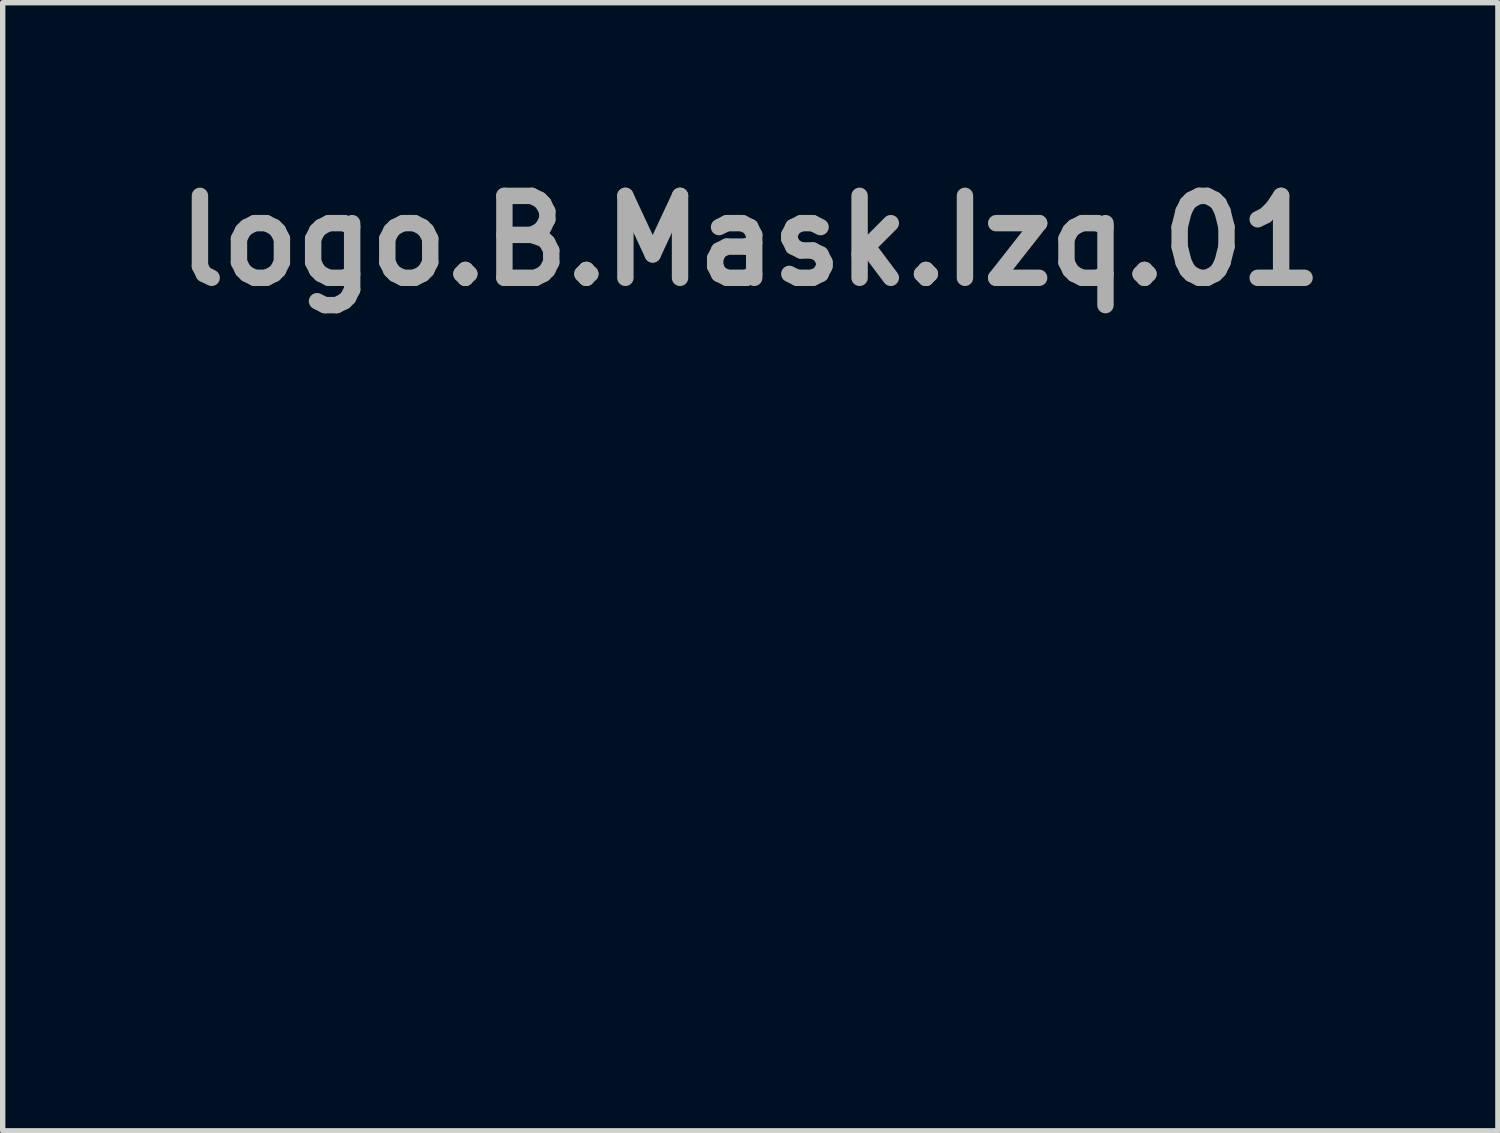
<source format=kicad_pcb>
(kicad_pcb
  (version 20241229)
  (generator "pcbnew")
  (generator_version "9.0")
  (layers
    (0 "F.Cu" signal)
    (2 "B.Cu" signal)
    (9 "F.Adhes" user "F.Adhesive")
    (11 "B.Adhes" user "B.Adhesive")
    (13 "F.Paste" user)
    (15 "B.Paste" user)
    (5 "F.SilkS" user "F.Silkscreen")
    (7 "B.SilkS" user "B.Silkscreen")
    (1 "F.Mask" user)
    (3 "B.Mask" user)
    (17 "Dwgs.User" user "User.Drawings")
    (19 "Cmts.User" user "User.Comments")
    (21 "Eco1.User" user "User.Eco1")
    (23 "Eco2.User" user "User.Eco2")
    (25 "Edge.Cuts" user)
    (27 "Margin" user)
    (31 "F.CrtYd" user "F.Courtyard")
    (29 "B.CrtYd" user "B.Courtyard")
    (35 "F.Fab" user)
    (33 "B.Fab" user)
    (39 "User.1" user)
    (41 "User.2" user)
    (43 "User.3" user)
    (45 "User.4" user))
  (footprint "logo.B.Mask.Izq.01"
    (layer "F.Cu")
    (at 10.9 9.691)
    (property "Reference" "logo.B.Mask.Izq.01" (at 0 -8.265 0) (layer "F.Fab") (effects (font (size 1.524 1.524) (thickness 0.305))))
    (attr smd)
    (fp_poly (pts (xy -1.989 5.085) (xy -2.061 5.07) (xy -2.132 5.055) (xy -2.203 5.038) (xy -2.274 5.021) (xy -2.344 5.003) (xy -2.414 4.984) (xy -2.483 4.964) (xy -2.552 4.943) (xy -2.621 4.922) (xy -2.689 4.899) (xy -2.756 4.876) (xy -2.823 4.852) (xy -2.89 4.827) (xy -2.956 4.801) (xy -3.021 4.775) (xy -3.086 4.748) (xy -3.151 4.72) (xy -3.215 4.691) (xy -3.279 4.661) (xy -3.342 4.631) (xy -3.404 4.6) (xy -3.466 4.568) (xy -3.528 4.535) (xy -3.589 4.502) (xy -3.649 4.468) (xy -3.709 4.433) (xy -3.768 4.398) (xy -3.827 4.362) (xy -3.885 4.325) (xy -3.943 4.287) (xy -4 4.249) (xy -4.057 4.21) (xy -4.113 4.171) (xy -4.168 4.13) (xy -4.223 4.089) (xy -4.277 4.048) (xy -4.331 4.006) (xy -4.384 3.963) (xy -4.436 3.92) (xy -4.488 3.876) (xy -4.539 3.831) (xy -4.59 3.786) (xy -4.64 3.74) (xy -4.689 3.694) (xy -4.738 3.647) (xy -4.786 3.6) (xy -4.833 3.552) (xy -4.88 3.503) (xy -4.926 3.454) (xy -4.972 3.404) (xy -5.017 3.354) (xy -5.061 3.303) (xy -5.104 3.252) (xy -5.147 3.201) (xy -5.189 3.148) (xy -5.231 3.096) (xy -5.271 3.043) (xy -5.311 2.989) (xy -5.351 2.935) (xy -5.389 2.88) (xy -5.427 2.825) (xy -5.465 2.77) (xy -5.501 2.714) (xy -5.537 2.658) (xy -5.572 2.601) (xy -5.606 2.544) (xy -5.64 2.486) (xy -5.673 2.428) (xy -5.705 2.37) (xy -5.736 2.311) (xy -5.767 2.252) (xy -5.797 2.193) (xy -5.826 2.133) (xy -5.854 2.073) (xy -5.882 2.013) (xy -5.909 1.952) (xy -5.935 1.891) (xy -5.96 1.829) (xy -5.984 1.767) (xy -6.008 1.705) (xy -6.031 1.643) (xy -6.053 1.58) (xy -6.074 1.517) (xy -6.094 1.454) (xy -6.114 1.391) (xy -6.133 1.327) (xy -6.15 1.263) (xy -6.167 1.199) (xy -6.184 1.134) (xy -6.199 1.07) (xy -6.214 1.005) (xy -6.227 0.94) (xy -6.24 0.874) (xy -6.252 0.809) (xy -6.263 0.743) (xy -6.273 0.677) (xy -6.283 0.611) (xy -6.291 0.545) (xy -6.298 0.478) (xy -6.305 0.412) (xy -6.311 0.345) (xy -6.316 0.278) (xy -6.32 0.211) (xy -6.323 0.144) (xy -6.325 0.077) (xy -6.326 0.01) (xy -6.326 -0.058) (xy -6.325 -0.125) (xy -6.324 -0.193) (xy -6.321 -0.26) (xy -6.318 -0.328) (xy -6.313 -0.396) (xy -6.308 -0.464) (xy -6.302 -0.532) (xy -6.294 -0.599) (xy -6.286 -0.667) (xy -6.277 -0.735) (xy -6.266 -0.803) (xy -6.255 -0.871) (xy -6.243 -0.939) (xy -6.23 -1.007) (xy -6.215 -1.075) (xy -6.2 -1.143) (xy -6.184 -1.211) (xy -6.167 -1.279) (xy -6.148 -1.347) (xy -6.129 -1.415) (xy -6.109 -1.482) (xy -6.092 -1.536) (xy -6.075 -1.59) (xy -6.057 -1.643) (xy -6.038 -1.696) (xy -6.02 -1.748) (xy -6 -1.8) (xy -5.981 -1.852) (xy -5.96 -1.904) (xy -5.94 -1.955) (xy -5.919 -2.006) (xy -5.897 -2.056) (xy -5.875 -2.106) (xy -5.852 -2.156) (xy -5.829 -2.206) (xy -5.806 -2.255) (xy -5.782 -2.304) (xy -5.758 -2.352) (xy -5.733 -2.4) (xy -5.708 -2.448) (xy -5.682 -2.495) (xy -5.656 -2.542) (xy -5.629 -2.589) (xy -5.602 -2.636) (xy -5.575 -2.682) (xy -5.547 -2.727) (xy -5.518 -2.772) (xy -5.49 -2.817) (xy -5.461 -2.862) (xy -5.431 -2.906) (xy -5.401 -2.95) (xy -5.371 -2.994) (xy -5.34 -3.037) (xy -5.308 -3.079) (xy -5.277 -3.122) (xy -5.245 -3.164) (xy -5.212 -3.205) (xy -5.179 -3.247) (xy -5.146 -3.288) (xy -5.112 -3.328) (xy -5.078 -3.368) (xy -5.044 -3.408) (xy -5.009 -3.447) (xy -4.973 -3.486) (xy -4.938 -3.525) (xy -4.902 -3.563) (xy -4.865 -3.601) (xy -4.828 -3.638) (xy -4.791 -3.675) (xy -4.754 -3.712) (xy -4.716 -3.748) (xy -4.677 -3.784) (xy -4.639 -3.819) (xy -4.599 -3.854) (xy -4.56 -3.889) (xy -4.52 -3.923) (xy -4.48 -3.957) (xy -4.44 -3.99) (xy -4.399 -4.023) (xy -4.357 -4.056) (xy -4.316 -4.088) (xy -4.274 -4.12) (xy -4.232 -4.151) (xy -4.189 -4.182) (xy -4.146 -4.212) (xy -4.103 -4.242) (xy -4.059 -4.272) (xy -4.015 -4.301) (xy -3.971 -4.33) (xy -3.926 -4.358) (xy -3.881 -4.386) (xy -3.836 -4.414) (xy -3.79 -4.441) (xy -3.744 -4.468) (xy -3.698 -4.494) (xy -3.651 -4.52) (xy -3.604 -4.545) (xy -3.557 -4.57) (xy -3.509 -4.594) (xy -3.461 -4.618) (xy -3.413 -4.642) (xy -3.365 -4.665) (xy -3.316 -4.687) (xy -3.267 -4.71) (xy -3.217 -4.731) (xy -3.168 -4.753) (xy -3.118 -4.774) (xy -3.068 -4.794) (xy -3.017 -4.814) (xy -2.966 -4.833) (xy -2.915 -4.852) (xy -2.864 -4.871) (xy -2.812 -4.889) (xy -2.76 -4.907) (xy -2.708 -4.924) (xy -2.655 -4.941) (xy -2.602 -4.957) (xy -2.549 -4.972) (xy -2.496 -4.988) (xy -2.443 -5.003) (xy -2.389 -5.017) (xy -2.335 -5.031) (xy -2.28 -5.044) (xy -2.226 -5.057) (xy -2.171 -5.069) (xy -2.116 -5.081) (xy -2.06 -5.093) (xy -2.005 -5.103) (xy -1.949 -5.114) (xy -1.893 -5.124) (xy -1.836 -5.133) (xy -1.78 -5.142) (xy -1.723 -5.151) (xy -1.666 -5.159) (xy -1.609 -5.166) (xy -1.551 -5.173) (xy -1.494 -5.179) (xy -1.436 -5.185) (xy -1.378 -5.191) (xy -1.319 -5.196) (xy -1.261 -5.2) (xy -1.202 -5.204) (xy -1.143 -5.207) (xy -1.084 -5.21) (xy -1.024 -5.213) (xy -0.965 -5.215) (xy -0.905 -5.216) (xy -0.845 -5.217) (xy -0.785 -5.217) (xy -0.728 -5.217) (xy -0.671 -5.216) (xy -0.614 -5.215) (xy -0.558 -5.213) (xy -0.502 -5.211) (xy -0.445 -5.208) (xy -0.389 -5.205) (xy -0.333 -5.202) (xy -0.277 -5.197) (xy -0.222 -5.193) (xy -0.166 -5.188) (xy -0.111 -5.182) (xy -0.055 -5.176) (xy -0.000182 -5.169) (xy 0.055 -5.162) (xy 0.11 -5.155) (xy 0.165 -5.147) (xy 0.219 -5.138) (xy 0.274 -5.129) (xy 0.329 -5.12) (xy 0.383 -5.11) (xy 0.437 -5.099) (xy 0.491 -5.088) (xy 0.545 -5.077) (xy 0.599 -5.065) (xy 0.653 -5.052) (xy 0.707 -5.039) (xy 0.76 -5.026) (xy 0.814 -5.012) (xy 0.867 -4.997) (xy 0.92 -4.982) (xy 0.973 -4.967) (xy 1.026 -4.951) (xy 1.079 -4.934) (xy 1.132 -4.917) (xy 1.185 -4.9) (xy 1.237 -4.882) (xy 1.29 -4.863) (xy 1.342 -4.844) (xy 1.394 -4.825) (xy 1.446 -4.805) (xy 1.498 -4.785) (xy 1.55 -4.764) (xy 1.602 -4.742) (xy 1.653 -4.72) (xy 1.705 -4.698) (xy 1.756 -4.675) (xy 1.808 -4.651) (xy 1.859 -4.627) (xy 1.91 -4.603) (xy 1.961 -4.578) (xy 2.012 -4.553) (xy 2.063 -4.527) (xy 2.114 -4.5) (xy 2.164 -4.473) (xy 2.215 -4.446) (xy 2.265 -4.418) (xy 2.315 -4.389) (xy 2.366 -4.36) (xy 2.416 -4.331) (xy 2.466 -4.301) (xy 2.516 -4.27) (xy 2.565 -4.239) (xy 2.615 -4.208) (xy 2.665 -4.176) (xy 2.714 -4.143) (xy 2.764 -4.11) (xy 2.813 -4.077) (xy 2.862 -4.042) (xy 2.911 -4.008) (xy 2.96 -3.973) (xy 3.009 -3.937) (xy 3.058 -3.901) (xy 3.107 -3.865) (xy 3.155 -3.828) (xy 3.204 -3.79) (xy 3.252 -3.752) (xy 3.301 -3.713) (xy 3.349 -3.674) (xy 3.397 -3.634) (xy 3.445 -3.594) (xy 3.493 -3.554) (xy 3.541 -3.512) (xy 3.589 -3.471) (xy 3.637 -3.428) (xy 3.684 -3.386) (xy 3.732 -3.342) (xy 3.779 -3.299) (xy 3.827 -3.254) (xy 3.874 -3.21) (xy 3.921 -3.164) (xy 3.968 -3.119) (xy 4.015 -3.072) (xy 4.062 -3.025) (xy 4.109 -2.978) (xy 4.156 -2.93) (xy 4.203 -2.882) (xy 4.249 -2.833) (xy 4.296 -2.783) (xy 4.342 -2.734) (xy 4.389 -2.683) (xy 4.435 -2.632) (xy 4.481 -2.581) (xy 4.527 -2.529) (xy 4.573 -2.476) (xy 4.619 -2.423) (xy 4.665 -2.37) (xy 4.711 -2.315) (xy 4.757 -2.261) (xy 4.802 -2.206) (xy 4.848 -2.15) (xy 4.893 -2.094) (xy 4.939 -2.037) (xy 4.984 -1.98) (xy 5.029 -1.922) (xy 5.075 -1.864) (xy 5.12 -1.805) (xy 5.165 -1.746) (xy 5.21 -1.686) (xy 5.255 -1.626) (xy 5.3 -1.565) (xy 5.344 -1.504) (xy 5.389 -1.442) (xy 5.434 -1.379) (xy 5.478 -1.316) (xy 5.523 -1.253) (xy 5.567 -1.189) (xy 5.611 -1.124) (xy 5.656 -1.059) (xy 5.701 -0.994) (xy 5.745 -0.928) (xy 5.79 -0.863) (xy 5.835 -0.798) (xy 5.879 -0.732) (xy 5.924 -0.667) (xy 5.969 -0.602) (xy 6.013 -0.536) (xy 6.058 -0.471) (xy 6.103 -0.406) (xy 6.148 -0.341) (xy 6.192 -0.275) (xy 6.237 -0.21) (xy 6.282 -0.145) (xy 6.326 -0.079) (xy 6.307 -0.048) (xy 6.288 -0.016) (xy 6.269 0.016) (xy 6.25 0.048) (xy 6.231 0.079) (xy 6.212 0.111) (xy 6.193 0.143) (xy 6.174 0.174) (xy 6.155 0.206) (xy 6.136 0.238) (xy 6.117 0.269) (xy 6.098 0.301) (xy 6.079 0.333) (xy 6.06 0.364) (xy 6.041 0.396) (xy 6.022 0.428) (xy 5.951 0.544) (xy 5.88 0.66) (xy 5.807 0.774) (xy 5.733 0.887) (xy 5.659 0.999) (xy 5.583 1.11) (xy 5.507 1.22) (xy 5.429 1.329) (xy 5.39 1.382) (xy 5.351 1.436) (xy 5.312 1.489) (xy 5.272 1.543) (xy 5.232 1.595) (xy 5.192 1.648) (xy 5.152 1.7) (xy 5.111 1.752) (xy 5.071 1.803) (xy 5.03 1.855) (xy 4.989 1.906) (xy 4.947 1.956) (xy 4.906 2.006) (xy 4.864 2.056) (xy 4.822 2.106) (xy 4.78 2.156) (xy 4.738 2.205) (xy 4.696 2.253) (xy 4.653 2.302) (xy 4.61 2.35) (xy 4.568 2.397) (xy 4.524 2.445) (xy 4.481 2.492) (xy 4.438 2.539) (xy 4.394 2.585) (xy 4.351 2.631) (xy 4.307 2.677) (xy 4.263 2.722) (xy 4.218 2.767) (xy 4.174 2.812) (xy 4.13 2.856) (xy 4.085 2.9) (xy 4.04 2.944) (xy 3.995 2.987) (xy 3.95 3.03) (xy 3.905 3.073) (xy 3.86 3.115) (xy 3.815 3.157) (xy 3.769 3.198) (xy 3.723 3.239) (xy 3.678 3.28) (xy 3.632 3.32) (xy 3.586 3.36) (xy 3.54 3.4) (xy 3.493 3.439) (xy 3.447 3.478) (xy 3.401 3.516) (xy 3.354 3.555) (xy 3.307 3.592) (xy 3.261 3.629) (xy 3.214 3.666) (xy 3.167 3.703) (xy 3.12 3.739) (xy 3.073 3.775) (xy 3.026 3.81) (xy 2.978 3.845) (xy 2.931 3.88) (xy 2.883 3.914) (xy 2.836 3.947) (xy 2.788 3.981) (xy 2.741 4.014) (xy 2.693 4.046) (xy 2.645 4.078) (xy 2.597 4.11) (xy 2.55 4.141) (xy 2.502 4.172) (xy 2.454 4.202) (xy 2.406 4.232) (xy 2.357 4.262) (xy 2.309 4.291) (xy 2.261 4.319) (xy 2.213 4.348) (xy 2.165 4.375) (xy 2.116 4.403) (xy 2.068 4.43) (xy 2.02 4.456) (xy 1.971 4.482) (xy 1.923 4.508) (xy 1.874 4.533) (xy 1.826 4.557) (xy 1.777 4.582) (xy 1.729 4.605) (xy 1.68 4.629) (xy 1.632 4.652) (xy 1.583 4.674) (xy 1.535 4.696) (xy 1.486 4.717) (xy 1.438 4.738) (xy 1.389 4.759) (xy 1.34 4.779) (xy 1.292 4.799) (xy 1.243 4.818) (xy 1.195 4.836) (xy 1.146 4.854) (xy 1.098 4.872) (xy 1.049 4.889) (xy 1.001 4.906) (xy 0.952 4.922) (xy 0.904 4.938) (xy 0.856 4.953) (xy 0.807 4.968) (xy 0.759 4.982) (xy 0.711 4.996) (xy 0.663 5.009) (xy 0.614 5.022) (xy 0.566 5.034) (xy 0.518 5.046) (xy 0.47 5.057) (xy 0.422 5.068) (xy 0.374 5.078) (xy 0.326 5.088) (xy 0.279 5.097) (xy 0.258 5.101) (xy 0.238 5.105) (xy 0.218 5.108) (xy 0.198 5.112) (xy 0.178 5.115) (xy 0.158 5.119) (xy 0.138 5.122) (xy 0.119 5.126) (xy 0.099 5.129) (xy 0.08 5.132) (xy 0.061 5.135) (xy 0.041 5.139) (xy 0.022 5.142) (xy 0.003 5.145) (xy -0.015 5.148) (xy -0.034 5.15) (xy -0.053 5.153) (xy -0.071 5.156) (xy -0.09 5.159) (xy -0.108 5.161) (xy -0.126 5.164) (xy -0.144 5.167) (xy -0.162 5.169) (xy -0.18 5.172) (xy -0.198 5.174) (xy -0.216 5.176) (xy -0.234 5.178) (xy -0.251 5.181) (xy -0.269 5.183) (xy -0.286 5.185) (xy -0.304 5.187) (xy -0.321 5.189) (xy -0.338 5.19) (xy -0.355 5.192) (xy -0.373 5.194) (xy -0.39 5.196) (xy -0.407 5.197) (xy -0.424 5.199) (xy -0.441 5.2) (xy -0.458 5.201) (xy -0.474 5.203) (xy -0.491 5.204) (xy -0.508 5.205) (xy -0.525 5.207) (xy -0.541 5.208) (xy -0.558 5.209) (xy -0.574 5.21) (xy -0.591 5.211) (xy -0.607 5.211) (xy -0.624 5.212) (xy -0.64 5.213) (xy -0.657 5.214) (xy -0.673 5.214) (xy -0.69 5.215) (xy -0.706 5.215) (xy -0.722 5.216) (xy -0.739 5.216) (xy -0.755 5.216) (xy -0.771 5.217) (xy -0.788 5.217) (xy -0.804 5.217) (xy -0.82 5.217) (xy -0.836 5.217) (xy -0.853 5.217) (xy -0.869 5.217) (xy -0.885 5.217) (xy -0.902 5.216) (xy -0.918 5.216) (xy -0.934 5.216) (xy -0.95 5.216) (xy -0.967 5.215) (xy -0.983 5.214) (xy -0.999 5.214) (xy -1.016 5.213) (xy -1.032 5.212) (xy -1.049 5.212) (xy -1.065 5.211) (xy -1.082 5.21) (xy -1.098 5.209) (xy -1.115 5.208) (xy -1.131 5.206) (xy -1.148 5.205) (xy -1.165 5.204) (xy -1.181 5.203) (xy -1.198 5.201) (xy -1.215 5.2) (xy -1.232 5.199) (xy -1.248 5.197) (xy -1.265 5.195) (xy -1.282 5.194) (xy -1.299 5.192) (xy -1.317 5.19) (xy -1.334 5.188) (xy -1.351 5.186) (xy -1.368 5.184) (xy -1.386 5.182) (xy -1.403 5.181) (xy -1.42 5.178) (xy -1.438 5.176) (xy -1.456 5.174) (xy -1.473 5.171) (xy -1.491 5.169) (xy -1.509 5.166) (xy -1.527 5.164) (xy -1.545 5.161) (xy -1.563 5.159) (xy -1.582 5.156) (xy -1.6 5.153) (xy -1.618 5.15) (xy -1.637 5.147) (xy -1.655 5.144) (xy -1.674 5.141) (xy -1.693 5.138) (xy -1.712 5.135) (xy -1.731 5.132) (xy -1.75 5.129) (xy -1.769 5.125) (xy -1.789 5.122) (xy -1.808 5.119) (xy -1.828 5.115) (xy -1.847 5.111) (xy -1.867 5.108) (xy -1.887 5.104) (xy -1.907 5.1) (xy -1.927 5.096) (xy -1.948 5.093) (xy -1.968 5.089) (xy -1.989 5.085) (xy -1.989 5.085) (xy -1.989 5.085) (xy -1.989 5.085) (xy -1.989 5.085) (xy -1.989 5.085) (xy -1.989 5.085) (xy -1.989 5.085) (xy -1.989 5.085) (xy -1.989 5.085) (xy -1.989 5.085) (xy -1.989 5.085) (xy -1.989 5.085)) (stroke (width 0.133) (type solid)) (fill yes) (layer "F.Mask")))
  (gr_rect
    (start -3 -3)
    (end 24.8 17.975)
    (stroke (width 0.1) (type default))
    (fill no)
    (layer "Edge.Cuts")))
</source>
